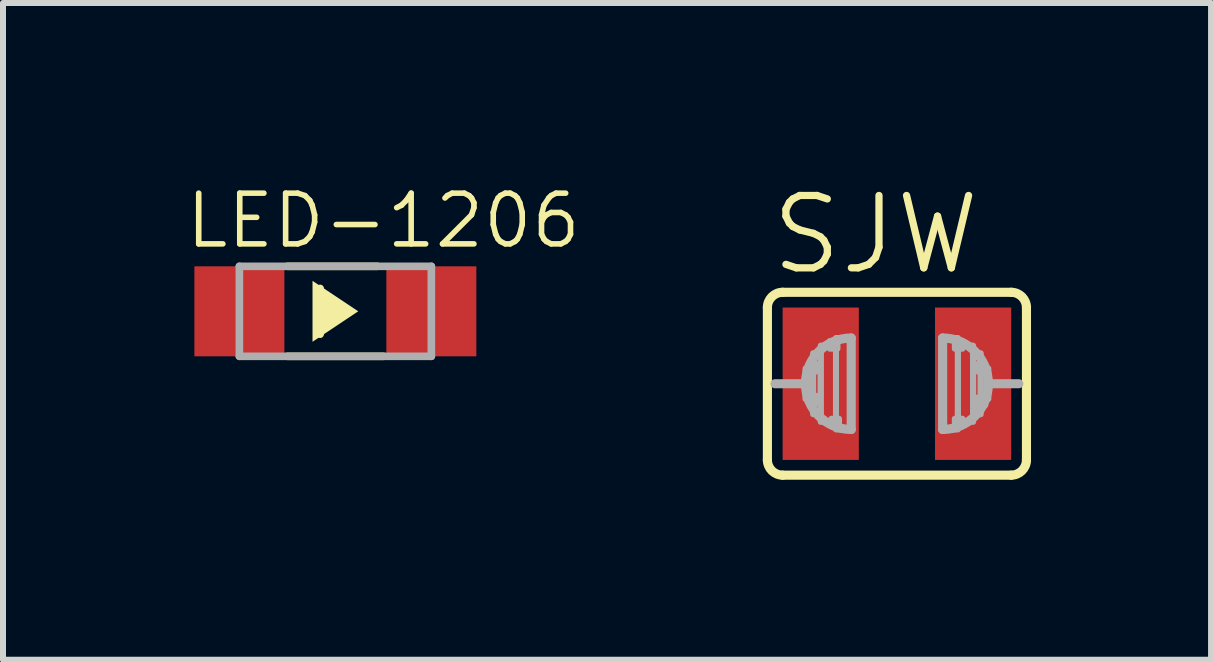
<source format=kicad_pcb>
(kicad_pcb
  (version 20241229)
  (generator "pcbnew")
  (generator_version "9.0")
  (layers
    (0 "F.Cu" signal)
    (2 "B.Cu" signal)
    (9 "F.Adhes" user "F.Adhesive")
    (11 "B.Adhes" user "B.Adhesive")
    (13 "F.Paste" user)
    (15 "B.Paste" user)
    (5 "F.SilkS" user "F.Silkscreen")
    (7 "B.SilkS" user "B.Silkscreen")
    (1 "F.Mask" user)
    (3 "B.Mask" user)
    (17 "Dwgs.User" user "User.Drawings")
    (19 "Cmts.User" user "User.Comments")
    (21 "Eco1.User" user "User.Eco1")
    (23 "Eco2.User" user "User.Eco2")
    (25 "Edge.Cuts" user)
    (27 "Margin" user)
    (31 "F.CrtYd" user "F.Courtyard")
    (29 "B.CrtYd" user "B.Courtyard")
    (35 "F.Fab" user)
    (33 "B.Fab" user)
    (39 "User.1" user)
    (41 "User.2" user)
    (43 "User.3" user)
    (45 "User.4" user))
  (footprint "LED-1206"
    (layer "F.Cu")
    (at 2.54 2.139)
    (property "Reference" "LED-1206" (at -2.54 -1.016 180) (layer "F.SilkS") (effects (font (size 0.845 0.845) (thickness 0.093)) (justify left bottom)))
    (attr through_hole)
    (fp_line (start -0.8 -0.75) (end 0.7 -0.75) (stroke (width 0.127) (type solid)) (layer "F.SilkS"))
    (fp_line (start -0.8 0.75) (end 0.8 0.75) (stroke (width 0.127) (type solid)) (layer "F.SilkS"))
    (fp_line (start -0.254 -0.381) (end -0.254 0.381) (stroke (width 0.127) (type solid)) (layer "F.SilkS"))
    (fp_poly (pts (xy -0.381 -0.508) (xy -0.381 0.508) (xy 0.381 0)) (stroke (width 0) (type solid)) (fill yes) (layer "F.SilkS"))
    (fp_line (start -1.6 -0.75) (end 1.6 -0.75) (stroke (width 0.127) (type solid)) (layer "F.Fab"))
    (fp_line (start -1.6 0.75) (end -1.6 -0.75) (stroke (width 0.127) (type solid)) (layer "F.Fab"))
    (fp_line (start 1.6 -0.75) (end 1.6 0.75) (stroke (width 0.127) (type solid)) (layer "F.Fab"))
    (fp_line (start 1.6 0.75) (end -1.6 0.75) (stroke (width 0.127) (type solid)) (layer "F.Fab"))
    (pad "+" smd rect (at -1.6 0) (size 1.5 1.5) (layers "F.Cu" "F.Mask" "F.Paste"))
    (pad "-" smd rect (at 1.6 0) (size 1.5 1.5) (layers "F.Cu" "F.Mask" "F.Paste")))
  (footprint "SJW"
    (layer "F.Cu")
    (at 11.9 3.346)
    (property "Reference" "SJW" (at -2.159 -1.778 0) (layer "F.SilkS") (effects (font (size 1.206 1.206) (thickness 0.121)) (justify left bottom)))
    (attr through_hole)
    (fp_line (start -2.159 1.27) (end -2.159 -1.27) (stroke (width 0.152) (type solid)) (layer "F.SilkS"))
    (fp_line (start -1.905 -1.524) (end 1.905 -1.524) (stroke (width 0.152) (type solid)) (layer "F.SilkS"))
    (fp_line (start 1.905 1.524) (end -1.905 1.524) (stroke (width 0.152) (type solid)) (layer "F.SilkS"))
    (fp_line (start 2.159 1.27) (end 2.159 -1.27) (stroke (width 0.152) (type solid)) (layer "F.SilkS"))
    (fp_arc (start -2.159 -1.27) (mid -2.084605 -1.449605) (end -1.905 -1.524) (stroke (width 0.1524) (type solid)) (layer "F.SilkS"))
    (fp_arc (start -1.905 1.524) (mid -2.084605 1.449605) (end -2.159 1.27) (stroke (width 0.1524) (type solid)) (layer "F.SilkS"))
    (fp_arc (start 1.905 -1.524) (mid 2.084605 -1.449605) (end 2.159 -1.27) (stroke (width 0.1524) (type solid)) (layer "F.SilkS"))
    (fp_arc (start 2.159 1.27) (mid 2.084605 1.449605) (end 1.905 1.524) (stroke (width 0.1524) (type solid)) (layer "F.SilkS"))
    (fp_line (start -1.524 0) (end -2.032 0) (stroke (width 0.152) (type solid)) (layer "F.Fab"))
    (fp_line (start -0.762 -0.762) (end -0.762 0.762) (stroke (width 0.152) (type solid)) (layer "F.Fab"))
    (fp_line (start 0.762 -0.762) (end 0.762 0.762) (stroke (width 0.152) (type solid)) (layer "F.Fab"))
    (fp_line (start 1.524 0) (end 2.032 0) (stroke (width 0.152) (type solid)) (layer "F.Fab"))
    (fp_arc (start -0.762 0.762) (mid -1.524 0) (end -0.762 -0.762) (stroke (width 0.1524) (type solid)) (layer "F.Fab"))
    (fp_arc (start 0.762 -0.762) (mid 1.524 0) (end 0.762 0.762) (stroke (width 0.1524) (type solid)) (layer "F.Fab"))
    (fp_poly (pts (xy -1.524 0.254) (xy -1.397 0.254) (xy -1.397 -0.254) (xy -1.524 -0.254)) (stroke (width 0.1) (type solid)) (fill no) (layer "F.Fab"))
    (fp_poly (pts (xy -1.473 -0.203) (xy -1.346 -0.203) (xy -1.346 -0.33) (xy -1.473 -0.33)) (stroke (width 0.1) (type solid)) (fill no) (layer "F.Fab"))
    (fp_poly (pts (xy -1.448 0.33) (xy -1.321 0.33) (xy -1.321 0.203) (xy -1.448 0.203)) (stroke (width 0.1) (type solid)) (fill no) (layer "F.Fab"))
    (fp_poly (pts (xy -1.397 0.508) (xy -1.27 0.508) (xy -1.27 -0.508) (xy -1.397 -0.508)) (stroke (width 0.1) (type solid)) (fill no) (layer "F.Fab"))
    (fp_poly (pts (xy -1.27 0.635) (xy -1.016 0.635) (xy -1.016 -0.635) (xy -1.27 -0.635)) (stroke (width 0.1) (type solid)) (fill no) (layer "F.Fab"))
    (fp_poly (pts (xy -1.118 -0.584) (xy -0.991 -0.584) (xy -0.991 -0.711) (xy -1.118 -0.711)) (stroke (width 0.1) (type solid)) (fill no) (layer "F.Fab"))
    (fp_poly (pts (xy -1.092 0.711) (xy -0.965 0.711) (xy -0.965 0.584) (xy -1.092 0.584)) (stroke (width 0.1) (type solid)) (fill no) (layer "F.Fab"))
    (fp_poly (pts (xy -1.016 0.762) (xy -0.762 0.762) (xy -0.762 -0.762) (xy -1.016 -0.762)) (stroke (width 0.1) (type solid)) (fill no) (layer "F.Fab"))
    (fp_poly (pts (xy 0.762 0.762) (xy 1.016 0.762) (xy 1.016 -0.762) (xy 0.762 -0.762)) (stroke (width 0.1) (type solid)) (fill no) (layer "F.Fab"))
    (fp_poly (pts (xy 0.965 -0.584) (xy 1.092 -0.584) (xy 1.092 -0.711) (xy 0.965 -0.711)) (stroke (width 0.1) (type solid)) (fill no) (layer "F.Fab"))
    (fp_poly (pts (xy 0.965 0.711) (xy 1.092 0.711) (xy 1.092 0.584) (xy 0.965 0.584)) (stroke (width 0.1) (type solid)) (fill no) (layer "F.Fab"))
    (fp_poly (pts (xy 1.016 0.635) (xy 1.27 0.635) (xy 1.27 -0.635) (xy 1.016 -0.635)) (stroke (width 0.1) (type solid)) (fill no) (layer "F.Fab"))
    (fp_poly (pts (xy 1.27 0.508) (xy 1.397 0.508) (xy 1.397 -0.508) (xy 1.27 -0.508)) (stroke (width 0.1) (type solid)) (fill no) (layer "F.Fab"))
    (fp_poly (pts (xy 1.346 -0.203) (xy 1.473 -0.203) (xy 1.473 -0.33) (xy 1.346 -0.33)) (stroke (width 0.1) (type solid)) (fill no) (layer "F.Fab"))
    (fp_poly (pts (xy 1.346 0.356) (xy 1.473 0.356) (xy 1.473 0.229) (xy 1.346 0.229)) (stroke (width 0.1) (type solid)) (fill no) (layer "F.Fab"))
    (fp_poly (pts (xy 1.397 0.254) (xy 1.524 0.254) (xy 1.524 -0.254) (xy 1.397 -0.254)) (stroke (width 0.1) (type solid)) (fill no) (layer "F.Fab"))
    (pad "1" smd rect (at -1.27 0) (size 1.27 2.54) (layers "F.Cu" "F.Mask" "F.Paste"))
    (pad "2" smd rect (at 1.27 0) (size 1.27 2.54) (layers "F.Cu" "F.Mask" "F.Paste")))
  (gr_rect
    (start -3 -3)
    (end 17.136 7.947)
    (stroke (width 0.1) (type default))
    (fill no)
    (layer "Edge.Cuts")))
</source>
